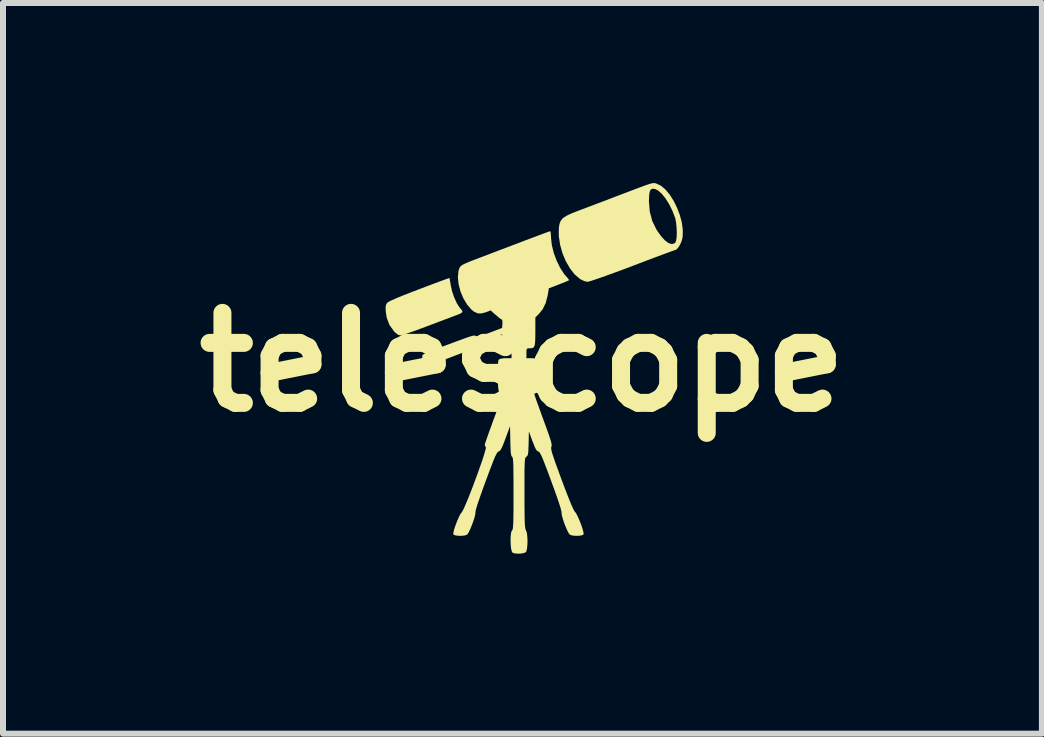
<source format=kicad_pcb>
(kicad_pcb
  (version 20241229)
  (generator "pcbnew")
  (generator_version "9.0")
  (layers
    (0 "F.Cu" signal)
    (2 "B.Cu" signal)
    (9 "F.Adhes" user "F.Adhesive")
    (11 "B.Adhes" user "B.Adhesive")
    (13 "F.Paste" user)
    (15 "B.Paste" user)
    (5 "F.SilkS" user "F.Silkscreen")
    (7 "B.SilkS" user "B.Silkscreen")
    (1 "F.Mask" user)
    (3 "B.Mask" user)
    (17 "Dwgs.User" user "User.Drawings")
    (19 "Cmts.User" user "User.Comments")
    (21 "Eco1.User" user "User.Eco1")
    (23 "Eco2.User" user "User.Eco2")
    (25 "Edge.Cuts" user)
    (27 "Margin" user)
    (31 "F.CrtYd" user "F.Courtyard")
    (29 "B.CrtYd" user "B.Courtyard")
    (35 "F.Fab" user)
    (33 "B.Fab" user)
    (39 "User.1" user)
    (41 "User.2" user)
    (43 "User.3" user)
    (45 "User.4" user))
  (footprint "telescope"
    (layer "F.Cu")
    (at 5.657 2.986)
    (property "Reference" "telescope" (at 0 0 0) (layer "F.SilkS") (effects (font (size 1.5 1.5) (thickness 0.3))))
    (attr board_only exclude_from_pos_files exclude_from_bom)
    (fp_poly (pts (xy -1.213 -1.385) (xy -1.205 -1.343) (xy -1.195 -1.285) (xy -1.193 -1.273) (xy -1.171 -1.175) (xy -1.136 -1.076) (xy -1.094 -0.984) (xy -1.049 -0.912) (xy -1.029 -0.889) (xy -1.005 -0.86) (xy -1 -0.839) (xy -1.017 -0.82) (xy -1.059 -0.799) (xy -1.108 -0.781) (xy -1.149 -0.765) (xy -1.215 -0.74) (xy -1.301 -0.708) (xy -1.402 -0.67) (xy -1.512 -0.628) (xy -1.594 -0.597) (xy -1.704 -0.556) (xy -1.806 -0.519) (xy -1.894 -0.488) (xy -1.966 -0.465) (xy -2.015 -0.45) (xy -2.035 -0.446) (xy -2.076 -0.458) (xy -2.122 -0.495) (xy -2.141 -0.515) (xy -2.217 -0.621) (xy -2.262 -0.741) (xy -2.278 -0.843) (xy -2.281 -0.907) (xy -2.276 -0.949) (xy -2.263 -0.978) (xy -2.255 -0.988) (xy -2.231 -1.006) (xy -2.181 -1.031) (xy -2.103 -1.066) (xy -1.996 -1.11) (xy -1.86 -1.163) (xy -1.722 -1.216) (xy -1.601 -1.262) (xy -1.49 -1.304) (xy -1.393 -1.34) (xy -1.314 -1.369) (xy -1.256 -1.39) (xy -1.223 -1.401) (xy -1.217 -1.402)) (stroke (width 0) (type solid)) (fill yes) (layer "F.SilkS"))
    (fp_poly (pts (xy 2.205 -2.984) (xy 2.218 -2.981) (xy 2.232 -2.977) (xy 2.234 -2.976) (xy 2.31 -2.94) (xy 2.384 -2.877) (xy 2.456 -2.79) (xy 2.521 -2.687) (xy 2.577 -2.572) (xy 2.623 -2.451) (xy 2.656 -2.328) (xy 2.672 -2.21) (xy 2.671 -2.101) (xy 2.662 -2.049) (xy 2.643 -1.993) (xy 2.615 -1.939) (xy 2.584 -1.895) (xy 2.555 -1.871) (xy 2.545 -1.869) (xy 2.527 -1.863) (xy 2.481 -1.847) (xy 2.411 -1.821) (xy 2.319 -1.787) (xy 2.209 -1.746) (xy 2.084 -1.699) (xy 1.947 -1.647) (xy 1.835 -1.604) (xy 1.689 -1.549) (xy 1.551 -1.498) (xy 1.425 -1.452) (xy 1.313 -1.412) (xy 1.22 -1.38) (xy 1.148 -1.356) (xy 1.101 -1.343) (xy 1.085 -1.339) (xy 1.033 -1.35) (xy 0.971 -1.38) (xy 0.956 -1.389) (xy 0.87 -1.463) (xy 0.792 -1.563) (xy 0.723 -1.682) (xy 0.667 -1.815) (xy 0.628 -1.955) (xy 0.607 -2.094) (xy 0.605 -2.15) (xy 0.607 -2.237) (xy 0.617 -2.304) (xy 0.638 -2.357) (xy 0.675 -2.401) (xy 0.732 -2.439) (xy 0.813 -2.477) (xy 0.918 -2.519) (xy 1.003 -2.551) (xy 1.109 -2.591) (xy 1.225 -2.635) (xy 1.339 -2.678) (xy 1.35 -2.682) (xy 2.108 -2.682) (xy 2.122 -2.51) (xy 2.163 -2.354) (xy 2.234 -2.209) (xy 2.249 -2.186) (xy 2.316 -2.092) (xy 2.381 -2.024) (xy 2.44 -1.982) (xy 2.493 -1.968) (xy 2.536 -1.983) (xy 2.549 -1.995) (xy 2.562 -2.03) (xy 2.57 -2.088) (xy 2.572 -2.162) (xy 2.569 -2.243) (xy 2.561 -2.323) (xy 2.548 -2.392) (xy 2.541 -2.414) (xy 2.496 -2.53) (xy 2.442 -2.638) (xy 2.382 -2.732) (xy 2.32 -2.809) (xy 2.259 -2.862) (xy 2.208 -2.887) (xy 2.168 -2.891) (xy 2.14 -2.878) (xy 2.121 -2.843) (xy 2.112 -2.783) (xy 2.108 -2.694) (xy 2.108 -2.682) (xy 1.35 -2.682) (xy 1.397 -2.7) (xy 1.571 -2.767) (xy 1.717 -2.822) (xy 1.837 -2.868) (xy 1.935 -2.905) (xy 2.012 -2.933) (xy 2.072 -2.955) (xy 2.117 -2.97) (xy 2.151 -2.979) (xy 2.175 -2.984) (xy 2.192 -2.986)) (stroke (width 0) (type solid)) (fill yes) (layer "F.SilkS"))
    (fp_poly (pts (xy 0.469 -2.168) (xy 0.474 -2.128) (xy 0.477 -2.072) (xy 0.477 -2.066) (xy 0.49 -1.949) (xy 0.522 -1.821) (xy 0.57 -1.691) (xy 0.629 -1.571) (xy 0.696 -1.468) (xy 0.732 -1.427) (xy 0.761 -1.393) (xy 0.776 -1.37) (xy 0.776 -1.365) (xy 0.758 -1.357) (xy 0.716 -1.339) (xy 0.657 -1.315) (xy 0.604 -1.294) (xy 0.44 -1.231) (xy 0.421 -1.115) (xy 0.388 -0.987) (xy 0.337 -0.882) (xy 0.273 -0.803) (xy 0.215 -0.745) (xy 0.215 -0.508) (xy 0.214 -0.407) (xy 0.211 -0.333) (xy 0.205 -0.284) (xy 0.192 -0.254) (xy 0.173 -0.238) (xy 0.145 -0.232) (xy 0.121 -0.232) (xy 0.088 -0.23) (xy 0.072 -0.22) (xy 0.067 -0.193) (xy 0.066 -0.149) (xy 0.066 -0.066) (xy 0.163 -0.066) (xy 0.232 -0.062) (xy 0.273 -0.049) (xy 0.28 -0.043) (xy 0.288 -0.018) (xy 0.293 0.037) (xy 0.295 0.122) (xy 0.294 0.238) (xy 0.294 0.242) (xy 0.289 0.504) (xy 0.244 0.51) (xy 0.211 0.519) (xy 0.198 0.532) (xy 0.204 0.552) (xy 0.219 0.598) (xy 0.243 0.667) (xy 0.275 0.754) (xy 0.311 0.855) (xy 0.35 0.961) (xy 0.396 1.087) (xy 0.432 1.187) (xy 0.457 1.262) (xy 0.475 1.318) (xy 0.484 1.358) (xy 0.487 1.385) (xy 0.485 1.403) (xy 0.482 1.41) (xy 0.478 1.424) (xy 0.479 1.444) (xy 0.484 1.475) (xy 0.496 1.519) (xy 0.516 1.579) (xy 0.543 1.66) (xy 0.581 1.763) (xy 0.628 1.893) (xy 0.653 1.96) (xy 0.712 2.117) (xy 0.763 2.248) (xy 0.805 2.353) (xy 0.839 2.43) (xy 0.862 2.477) (xy 0.875 2.494) (xy 0.894 2.518) (xy 0.918 2.565) (xy 0.946 2.627) (xy 0.973 2.695) (xy 0.997 2.762) (xy 1.013 2.819) (xy 1.02 2.859) (xy 1.019 2.869) (xy 0.998 2.883) (xy 0.955 2.892) (xy 0.901 2.894) (xy 0.847 2.891) (xy 0.803 2.881) (xy 0.788 2.873) (xy 0.769 2.847) (xy 0.744 2.798) (xy 0.716 2.734) (xy 0.69 2.665) (xy 0.669 2.598) (xy 0.655 2.543) (xy 0.651 2.508) (xy 0.652 2.506) (xy 0.648 2.48) (xy 0.634 2.426) (xy 0.609 2.347) (xy 0.574 2.244) (xy 0.53 2.12) (xy 0.48 1.984) (xy 0.429 1.845) (xy 0.387 1.735) (xy 0.354 1.649) (xy 0.328 1.586) (xy 0.307 1.541) (xy 0.29 1.512) (xy 0.277 1.495) (xy 0.265 1.488) (xy 0.264 1.488) (xy 0.244 1.477) (xy 0.224 1.452) (xy 0.202 1.405) (xy 0.174 1.333) (xy 0.167 1.317) (xy 0.107 1.154) (xy 0.103 1.354) (xy 0.1 1.44) (xy 0.097 1.499) (xy 0.091 1.536) (xy 0.083 1.559) (xy 0.07 1.572) (xy 0.066 1.575) (xy 0.057 1.582) (xy 0.05 1.592) (xy 0.045 1.608) (xy 0.041 1.635) (xy 0.038 1.675) (xy 0.036 1.732) (xy 0.034 1.809) (xy 0.034 1.909) (xy 0.034 2.036) (xy 0.034 2.183) (xy 0.034 2.342) (xy 0.035 2.471) (xy 0.036 2.574) (xy 0.038 2.653) (xy 0.041 2.712) (xy 0.045 2.754) (xy 0.05 2.781) (xy 0.056 2.798) (xy 0.058 2.802) (xy 0.072 2.837) (xy 0.08 2.894) (xy 0.084 2.963) (xy 0.083 3.034) (xy 0.077 3.099) (xy 0.067 3.147) (xy 0.057 3.166) (xy 0.024 3.181) (xy -0.028 3.19) (xy -0.086 3.191) (xy -0.138 3.185) (xy -0.165 3.175) (xy -0.179 3.15) (xy -0.19 3.102) (xy -0.196 3.038) (xy -0.198 2.968) (xy -0.196 2.901) (xy -0.19 2.845) (xy -0.178 2.81) (xy -0.175 2.807) (xy -0.168 2.797) (xy -0.162 2.779) (xy -0.158 2.751) (xy -0.155 2.71) (xy -0.152 2.651) (xy -0.151 2.572) (xy -0.149 2.47) (xy -0.149 2.342) (xy -0.149 2.185) (xy -0.149 2.026) (xy -0.15 1.897) (xy -0.151 1.795) (xy -0.152 1.717) (xy -0.155 1.659) (xy -0.158 1.619) (xy -0.163 1.594) (xy -0.169 1.58) (xy -0.173 1.576) (xy -0.183 1.564) (xy -0.19 1.537) (xy -0.196 1.492) (xy -0.199 1.424) (xy -0.202 1.328) (xy -0.202 1.314) (xy -0.207 1.067) (xy -0.283 1.273) (xy -0.316 1.36) (xy -0.342 1.421) (xy -0.362 1.459) (xy -0.38 1.48) (xy -0.396 1.488) (xy -0.408 1.494) (xy -0.422 1.51) (xy -0.437 1.537) (xy -0.458 1.579) (xy -0.483 1.64) (xy -0.515 1.723) (xy -0.556 1.83) (xy -0.606 1.964) (xy -0.613 1.983) (xy -0.664 2.123) (xy -0.707 2.245) (xy -0.742 2.347) (xy -0.767 2.426) (xy -0.781 2.479) (xy -0.784 2.504) (xy -0.786 2.536) (xy -0.799 2.589) (xy -0.82 2.654) (xy -0.846 2.724) (xy -0.873 2.789) (xy -0.899 2.841) (xy -0.919 2.871) (xy -0.922 2.873) (xy -0.955 2.887) (xy -1.005 2.893) (xy -1.061 2.894) (xy -1.111 2.888) (xy -1.144 2.877) (xy -1.152 2.869) (xy -1.151 2.839) (xy -1.139 2.789) (xy -1.118 2.725) (xy -1.092 2.657) (xy -1.064 2.591) (xy -1.038 2.538) (xy -1.015 2.505) (xy -1.013 2.503) (xy -0.997 2.478) (xy -0.972 2.428) (xy -0.941 2.356) (xy -0.904 2.268) (xy -0.864 2.167) (xy -0.822 2.058) (xy -0.78 1.945) (xy -0.739 1.833) (xy -0.701 1.726) (xy -0.667 1.628) (xy -0.64 1.544) (xy -0.621 1.477) (xy -0.61 1.434) (xy -0.61 1.417) (xy -0.627 1.387) (xy -0.628 1.377) (xy -0.623 1.356) (xy -0.607 1.309) (xy -0.583 1.239) (xy -0.552 1.151) (xy -0.515 1.05) (xy -0.48 0.953) (xy -0.439 0.844) (xy -0.403 0.745) (xy -0.373 0.66) (xy -0.35 0.594) (xy -0.335 0.551) (xy -0.331 0.535) (xy -0.344 0.518) (xy -0.368 0.504) (xy -0.382 0.497) (xy -0.392 0.485) (xy -0.399 0.463) (xy -0.404 0.427) (xy -0.407 0.372) (xy -0.409 0.291) (xy -0.41 0.234) (xy -0.411 0.118) (xy -0.408 0.034) (xy -0.403 -0.02) (xy -0.395 -0.043) (xy -0.364 -0.058) (xy -0.304 -0.066) (xy -0.279 -0.066) (xy -0.182 -0.066) (xy -0.182 -0.149) (xy -0.182 -0.232) (xy -0.239 -0.232) (xy -0.284 -0.239) (xy -0.313 -0.264) (xy -0.327 -0.312) (xy -0.331 -0.379) (xy -0.333 -0.427) (xy -0.34 -0.457) (xy -0.346 -0.463) (xy -0.366 -0.457) (xy -0.411 -0.442) (xy -0.473 -0.419) (xy -0.537 -0.395) (xy -0.622 -0.36) (xy -0.68 -0.332) (xy -0.714 -0.309) (xy -0.727 -0.29) (xy -0.737 -0.277) (xy -0.76 -0.261) (xy -0.798 -0.241) (xy -0.854 -0.215) (xy -0.932 -0.183) (xy -1.036 -0.143) (xy -1.163 -0.094) (xy -1.275 -0.052) (xy -1.378 -0.015) (xy -1.467 0.016) (xy -1.538 0.039) (xy -1.587 0.053) (xy -1.61 0.056) (xy -1.61 0.056) (xy -1.634 0.033) (xy -1.655 -0.011) (xy -1.668 -0.063) (xy -1.67 -0.092) (xy -1.67 -0.103) (xy -1.668 -0.112) (xy -1.66 -0.122) (xy -1.645 -0.133) (xy -1.618 -0.147) (xy -1.577 -0.165) (xy -1.519 -0.188) (xy -1.44 -0.218) (xy -1.339 -0.257) (xy -1.211 -0.305) (xy -1.123 -0.338) (xy -1.014 -0.378) (xy -0.932 -0.408) (xy -0.872 -0.428) (xy -0.83 -0.44) (xy -0.802 -0.444) (xy -0.784 -0.441) (xy -0.771 -0.433) (xy -0.767 -0.43) (xy -0.744 -0.428) (xy -0.691 -0.441) (xy -0.61 -0.468) (xy -0.545 -0.492) (xy -0.339 -0.571) (xy -0.334 -0.641) (xy -0.334 -0.684) (xy -0.341 -0.709) (xy -0.345 -0.711) (xy -0.364 -0.721) (xy -0.4 -0.749) (xy -0.444 -0.787) (xy -0.445 -0.787) (xy -0.53 -0.863) (xy -0.596 -0.837) (xy -0.677 -0.813) (xy -0.744 -0.813) (xy -0.806 -0.841) (xy -0.85 -0.876) (xy -0.923 -0.961) (xy -0.985 -1.065) (xy -1.033 -1.18) (xy -1.064 -1.298) (xy -1.076 -1.413) (xy -1.067 -1.516) (xy -1.057 -1.552) (xy -1.048 -1.573) (xy -1.037 -1.591) (xy -1.02 -1.608) (xy -0.992 -1.626) (xy -0.95 -1.646) (xy -0.89 -1.672) (xy -0.808 -1.704) (xy -0.701 -1.745) (xy -0.645 -1.766) (xy -0.537 -1.807) (xy -0.407 -1.857) (xy -0.266 -1.91) (xy -0.123 -1.965) (xy 0.013 -2.016) (xy 0.056 -2.033) (xy 0.164 -2.073) (xy 0.261 -2.11) (xy 0.344 -2.141) (xy 0.408 -2.164) (xy 0.449 -2.179) (xy 0.463 -2.183)) (stroke (width 0) (type solid)) (fill yes) (layer "F.SilkS")))
  (gr_rect
    (start -3 -3)
    (end 14.314 9.177)
    (stroke (width 0.1) (type default))
    (fill no)
    (layer "Edge.Cuts")))
</source>
